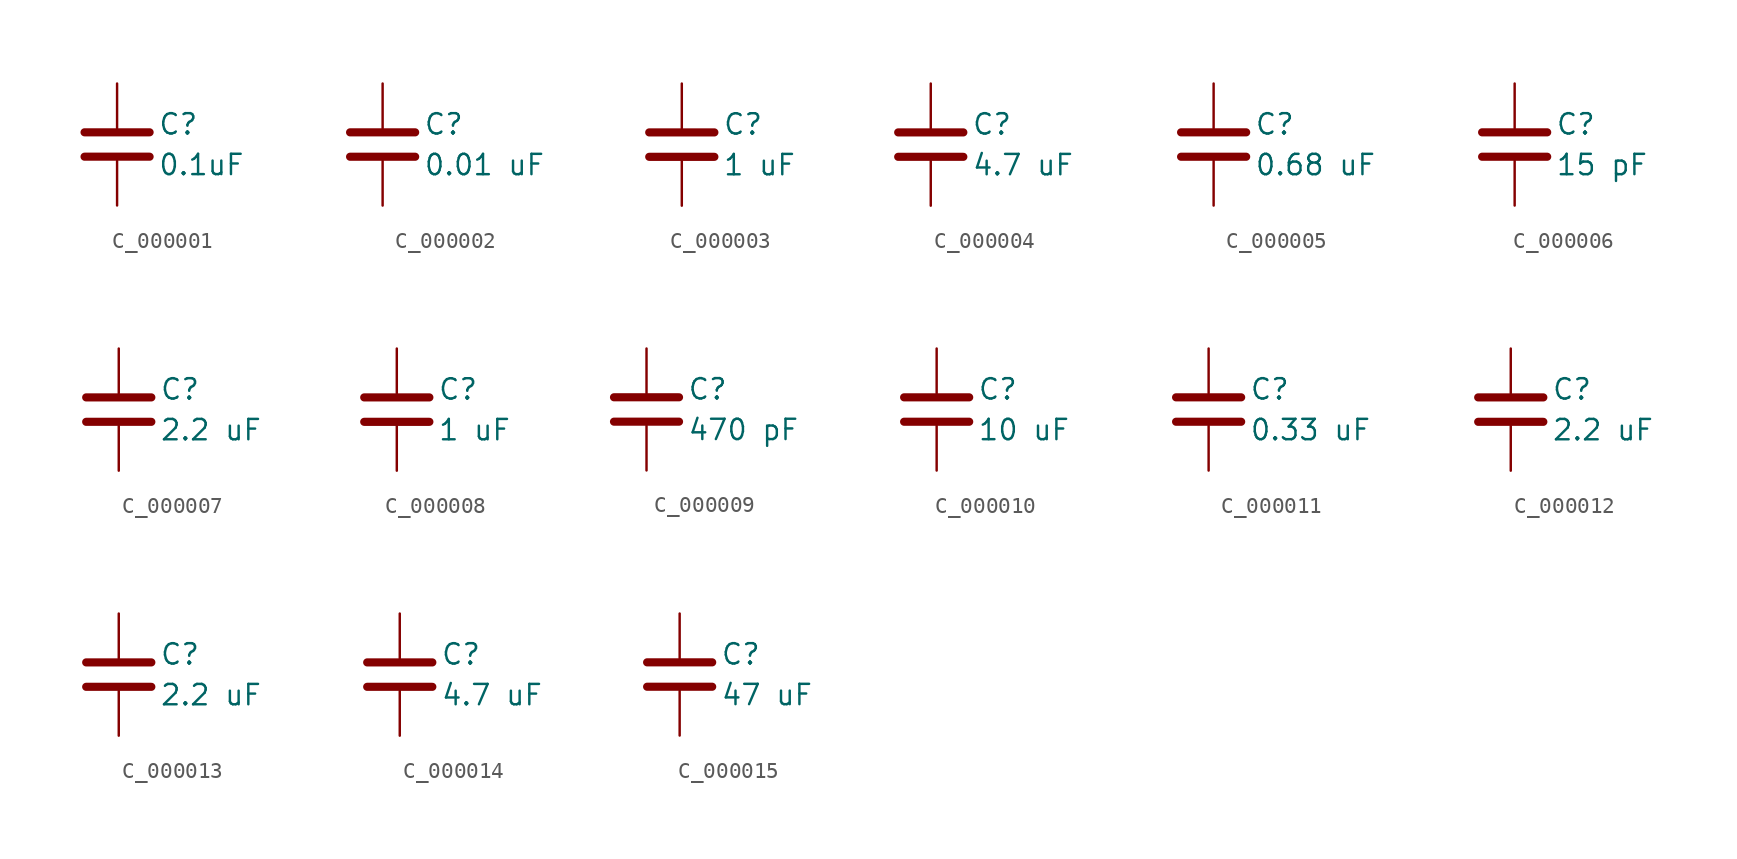
<source format=kicad_sym>
(kicad_symbol_lib
  (version 20231120)
  (generator "kicad_symbol_editor")
  (generator_version "8.0")
  (symbol "C_000001"
    (pin_numbers hide)
    (pin_names
      (offset 0.254))
    (property "Reference" "C"
      (at 2.54 1.27 0)
      (effects (font (size 1.27 1.27)) (justify left)))
    (property "Value" "0.1uF"
      (at 2.54 -1.27 0)
      (effects (font (size 1.27 1.27)) (justify left)))
    (symbol "C_000001_0_1"
      (polyline (pts (xy -2.032 -0.762) (xy 2.032 -0.762)) (stroke (width 0.508) (type default)) (fill (type none)))
      (polyline (pts (xy -2.032 0.762) (xy 2.032 0.762)) (stroke (width 0.508) (type default)) (fill (type none))))
    (symbol "C_000001_1_1"
      (pin passive line (at 0 3.81 270) (length 2.794) (name "~" (effects (font (size 1.27 1.27)))) (number "1" (effects (font (size 1.27 1.27)))))
      (pin passive line (at 0 -3.81 90) (length 2.794) (name "~" (effects (font (size 1.27 1.27)))) (number "2" (effects (font (size 1.27 1.27)))))))
  (symbol "C_000002"
    (pin_numbers hide)
    (pin_names
      (offset 0.254))
    (property "Reference" "C"
      (at 2.54 1.27 0)
      (effects (font (size 1.27 1.27)) (justify left)))
    (property "Value" "0.01 uF"
      (at 2.54 -1.27 0)
      (effects (font (size 1.27 1.27)) (justify left)))
    (symbol "C_000002_0_1"
      (polyline (pts (xy -2.032 -0.762) (xy 2.032 -0.762)) (stroke (width 0.508) (type default)) (fill (type none)))
      (polyline (pts (xy -2.032 0.762) (xy 2.032 0.762)) (stroke (width 0.508) (type default)) (fill (type none))))
    (symbol "C_000002_1_1"
      (pin passive line (at 0 3.81 270) (length 2.794) (name "~" (effects (font (size 1.27 1.27)))) (number "1" (effects (font (size 1.27 1.27)))))
      (pin passive line (at 0 -3.81 90) (length 2.794) (name "~" (effects (font (size 1.27 1.27)))) (number "2" (effects (font (size 1.27 1.27)))))))
  (symbol "C_000003"
    (pin_numbers hide)
    (pin_names
      (offset 0.254))
    (property "Reference" "C"
      (at 2.54 1.27 0)
      (effects (font (size 1.27 1.27)) (justify left)))
    (property "Value" "1 uF"
      (at 2.54 -1.27 0)
      (effects (font (size 1.27 1.27)) (justify left)))
    (symbol "C_000003_0_1"
      (polyline (pts (xy -2.032 -0.762) (xy 2.032 -0.762)) (stroke (width 0.508) (type default)) (fill (type none)))
      (polyline (pts (xy -2.032 0.762) (xy 2.032 0.762)) (stroke (width 0.508) (type default)) (fill (type none))))
    (symbol "C_000003_1_1"
      (pin passive line (at 0 3.81 270) (length 2.794) (name "~" (effects (font (size 1.27 1.27)))) (number "1" (effects (font (size 1.27 1.27)))))
      (pin passive line (at 0 -3.81 90) (length 2.794) (name "~" (effects (font (size 1.27 1.27)))) (number "2" (effects (font (size 1.27 1.27)))))))
  (symbol "C_000004"
    (pin_numbers hide)
    (pin_names
      (offset 0.254))
    (property "Reference" "C"
      (at 2.54 1.27 0)
      (effects (font (size 1.27 1.27)) (justify left)))
    (property "Value" "4.7 uF"
      (at 2.54 -1.27 0)
      (effects (font (size 1.27 1.27)) (justify left)))
    (symbol "C_000004_0_1"
      (polyline (pts (xy -2.032 -0.762) (xy 2.032 -0.762)) (stroke (width 0.508) (type default)) (fill (type none)))
      (polyline (pts (xy -2.032 0.762) (xy 2.032 0.762)) (stroke (width 0.508) (type default)) (fill (type none))))
    (symbol "C_000004_1_1"
      (pin passive line (at 0 3.81 270) (length 2.794) (name "~" (effects (font (size 1.27 1.27)))) (number "1" (effects (font (size 1.27 1.27)))))
      (pin passive line (at 0 -3.81 90) (length 2.794) (name "~" (effects (font (size 1.27 1.27)))) (number "2" (effects (font (size 1.27 1.27)))))))
  (symbol "C_000005"
    (pin_numbers hide)
    (pin_names
      (offset 0.254))
    (property "Reference" "C"
      (at 2.54 1.27 0)
      (effects (font (size 1.27 1.27)) (justify left)))
    (property "Value" "0.68 uF"
      (at 2.54 -1.27 0)
      (effects (font (size 1.27 1.27)) (justify left)))
    (symbol "C_000005_0_1"
      (polyline (pts (xy -2.032 -0.762) (xy 2.032 -0.762)) (stroke (width 0.508) (type default)) (fill (type none)))
      (polyline (pts (xy -2.032 0.762) (xy 2.032 0.762)) (stroke (width 0.508) (type default)) (fill (type none))))
    (symbol "C_000005_1_1"
      (pin passive line (at 0 3.81 270) (length 2.794) (name "~" (effects (font (size 1.27 1.27)))) (number "1" (effects (font (size 1.27 1.27)))))
      (pin passive line (at 0 -3.81 90) (length 2.794) (name "~" (effects (font (size 1.27 1.27)))) (number "2" (effects (font (size 1.27 1.27)))))))
  (symbol "C_000006"
    (pin_numbers hide)
    (pin_names
      (offset 0.254))
    (property "Reference" "C"
      (at 2.54 1.27 0)
      (effects (font (size 1.27 1.27)) (justify left)))
    (property "Value" "15 pF"
      (at 2.54 -1.27 0)
      (effects (font (size 1.27 1.27)) (justify left)))
    (symbol "C_000006_0_1"
      (polyline (pts (xy -2.032 -0.762) (xy 2.032 -0.762)) (stroke (width 0.508) (type default)) (fill (type none)))
      (polyline (pts (xy -2.032 0.762) (xy 2.032 0.762)) (stroke (width 0.508) (type default)) (fill (type none))))
    (symbol "C_000006_1_1"
      (pin passive line (at 0 3.81 270) (length 2.794) (name "~" (effects (font (size 1.27 1.27)))) (number "1" (effects (font (size 1.27 1.27)))))
      (pin passive line (at 0 -3.81 90) (length 2.794) (name "~" (effects (font (size 1.27 1.27)))) (number "2" (effects (font (size 1.27 1.27)))))))
  (symbol "C_000007"
    (pin_numbers hide)
    (pin_names
      (offset 0.254))
    (property "Reference" "C"
      (at 2.54 1.27 0)
      (effects (font (size 1.27 1.27)) (justify left)))
    (property "Value" "2.2 uF"
      (at 2.54 -1.27 0)
      (effects (font (size 1.27 1.27)) (justify left)))
    (symbol "C_000007_0_1"
      (polyline (pts (xy -2.032 -0.762) (xy 2.032 -0.762)) (stroke (width 0.508) (type default)) (fill (type none)))
      (polyline (pts (xy -2.032 0.762) (xy 2.032 0.762)) (stroke (width 0.508) (type default)) (fill (type none))))
    (symbol "C_000007_1_1"
      (pin passive line (at 0 3.81 270) (length 2.794) (name "~" (effects (font (size 1.27 1.27)))) (number "1" (effects (font (size 1.27 1.27)))))
      (pin passive line (at 0 -3.81 90) (length 2.794) (name "~" (effects (font (size 1.27 1.27)))) (number "2" (effects (font (size 1.27 1.27)))))))
  (symbol "C_000008"
    (pin_numbers hide)
    (pin_names
      (offset 0.254))
    (property "Reference" "C"
      (at 2.54 1.27 0)
      (effects (font (size 1.27 1.27)) (justify left)))
    (property "Value" "1 uF"
      (at 2.54 -1.27 0)
      (effects (font (size 1.27 1.27)) (justify left)))
    (symbol "C_000008_0_1"
      (polyline (pts (xy -2.032 -0.762) (xy 2.032 -0.762)) (stroke (width 0.508) (type default)) (fill (type none)))
      (polyline (pts (xy -2.032 0.762) (xy 2.032 0.762)) (stroke (width 0.508) (type default)) (fill (type none))))
    (symbol "C_000008_1_1"
      (pin passive line (at 0 3.81 270) (length 2.794) (name "~" (effects (font (size 1.27 1.27)))) (number "1" (effects (font (size 1.27 1.27)))))
      (pin passive line (at 0 -3.81 90) (length 2.794) (name "~" (effects (font (size 1.27 1.27)))) (number "2" (effects (font (size 1.27 1.27)))))))
  (symbol "C_000009"
    (pin_numbers hide)
    (pin_names
      (offset 0.254))
    (property "Reference" "C"
      (at 2.54 1.27 0)
      (effects (font (size 1.27 1.27)) (justify left)))
    (property "Value" "470 pF"
      (at 2.54 -1.27 0)
      (effects (font (size 1.27 1.27)) (justify left)))
    (symbol "C_000009_0_1"
      (polyline (pts (xy -2.032 -0.762) (xy 2.032 -0.762)) (stroke (width 0.508) (type default)) (fill (type none)))
      (polyline (pts (xy -2.032 0.762) (xy 2.032 0.762)) (stroke (width 0.508) (type default)) (fill (type none))))
    (symbol "C_000009_1_1"
      (pin passive line (at 0 3.81 270) (length 2.794) (name "~" (effects (font (size 1.27 1.27)))) (number "1" (effects (font (size 1.27 1.27)))))
      (pin passive line (at 0 -3.81 90) (length 2.794) (name "~" (effects (font (size 1.27 1.27)))) (number "2" (effects (font (size 1.27 1.27)))))))
  (symbol "C_000010"
    (pin_numbers hide)
    (pin_names
      (offset 0.254))
    (property "Reference" "C"
      (at 2.54 1.27 0)
      (effects (font (size 1.27 1.27)) (justify left)))
    (property "Value" "10 uF"
      (at 2.54 -1.27 0)
      (effects (font (size 1.27 1.27)) (justify left)))
    (symbol "C_000010_0_1"
      (polyline (pts (xy -2.032 -0.762) (xy 2.032 -0.762)) (stroke (width 0.508) (type default)) (fill (type none)))
      (polyline (pts (xy -2.032 0.762) (xy 2.032 0.762)) (stroke (width 0.508) (type default)) (fill (type none))))
    (symbol "C_000010_1_1"
      (pin passive line (at 0 3.81 270) (length 2.794) (name "~" (effects (font (size 1.27 1.27)))) (number "1" (effects (font (size 1.27 1.27)))))
      (pin passive line (at 0 -3.81 90) (length 2.794) (name "~" (effects (font (size 1.27 1.27)))) (number "2" (effects (font (size 1.27 1.27)))))))
  (symbol "C_000011"
    (pin_numbers hide)
    (pin_names
      (offset 0.254))
    (property "Reference" "C"
      (at 2.54 1.27 0)
      (effects (font (size 1.27 1.27)) (justify left)))
    (property "Value" "0.33 uF"
      (at 2.54 -1.27 0)
      (effects (font (size 1.27 1.27)) (justify left)))
    (symbol "C_000011_0_1"
      (polyline (pts (xy -2.032 -0.762) (xy 2.032 -0.762)) (stroke (width 0.508) (type default)) (fill (type none)))
      (polyline (pts (xy -2.032 0.762) (xy 2.032 0.762)) (stroke (width 0.508) (type default)) (fill (type none))))
    (symbol "C_000011_1_1"
      (pin passive line (at 0 3.81 270) (length 2.794) (name "~" (effects (font (size 1.27 1.27)))) (number "1" (effects (font (size 1.27 1.27)))))
      (pin passive line (at 0 -3.81 90) (length 2.794) (name "~" (effects (font (size 1.27 1.27)))) (number "2" (effects (font (size 1.27 1.27)))))))
  (symbol "C_000012"
    (pin_numbers hide)
    (pin_names
      (offset 0.254))
    (property "Reference" "C"
      (at 2.54 1.27 0)
      (effects (font (size 1.27 1.27)) (justify left)))
    (property "Value" "2.2 uF"
      (at 2.54 -1.27 0)
      (effects (font (size 1.27 1.27)) (justify left)))
    (symbol "C_000012_0_1"
      (polyline (pts (xy -2.032 -0.762) (xy 2.032 -0.762)) (stroke (width 0.508) (type default)) (fill (type none)))
      (polyline (pts (xy -2.032 0.762) (xy 2.032 0.762)) (stroke (width 0.508) (type default)) (fill (type none))))
    (symbol "C_000012_1_1"
      (pin passive line (at 0 3.81 270) (length 2.794) (name "~" (effects (font (size 1.27 1.27)))) (number "1" (effects (font (size 1.27 1.27)))))
      (pin passive line (at 0 -3.81 90) (length 2.794) (name "~" (effects (font (size 1.27 1.27)))) (number "2" (effects (font (size 1.27 1.27)))))))
  (symbol "C_000013"
    (pin_numbers hide)
    (pin_names
      (offset 0.254))
    (property "Reference" "C"
      (at 2.54 1.27 0)
      (effects (font (size 1.27 1.27)) (justify left)))
    (property "Value" "2.2 uF"
      (at 2.54 -1.27 0)
      (effects (font (size 1.27 1.27)) (justify left)))
    (symbol "C_000013_0_1"
      (polyline (pts (xy -2.032 -0.762) (xy 2.032 -0.762)) (stroke (width 0.508) (type default)) (fill (type none)))
      (polyline (pts (xy -2.032 0.762) (xy 2.032 0.762)) (stroke (width 0.508) (type default)) (fill (type none))))
    (symbol "C_000013_1_1"
      (pin passive line (at 0 3.81 270) (length 2.794) (name "~" (effects (font (size 1.27 1.27)))) (number "1" (effects (font (size 1.27 1.27)))))
      (pin passive line (at 0 -3.81 90) (length 2.794) (name "~" (effects (font (size 1.27 1.27)))) (number "2" (effects (font (size 1.27 1.27)))))))
  (symbol "C_000014"
    (pin_numbers hide)
    (pin_names
      (offset 0.254))
    (property "Reference" "C"
      (at 2.54 1.27 0)
      (effects (font (size 1.27 1.27)) (justify left)))
    (property "Value" "4.7 uF"
      (at 2.54 -1.27 0)
      (effects (font (size 1.27 1.27)) (justify left)))
    (symbol "C_000014_0_1"
      (polyline (pts (xy -2.032 -0.762) (xy 2.032 -0.762)) (stroke (width 0.508) (type default)) (fill (type none)))
      (polyline (pts (xy -2.032 0.762) (xy 2.032 0.762)) (stroke (width 0.508) (type default)) (fill (type none))))
    (symbol "C_000014_1_1"
      (pin passive line (at 0 3.81 270) (length 2.794) (name "~" (effects (font (size 1.27 1.27)))) (number "1" (effects (font (size 1.27 1.27)))))
      (pin passive line (at 0 -3.81 90) (length 2.794) (name "~" (effects (font (size 1.27 1.27)))) (number "2" (effects (font (size 1.27 1.27)))))))
  (symbol "C_000015"
    (pin_numbers hide)
    (pin_names
      (offset 0.254))
    (property "Reference" "C"
      (at 2.54 1.27 0)
      (effects (font (size 1.27 1.27)) (justify left)))
    (property "Value" "47 uF "
      (at 2.54 -1.27 0)
      (effects (font (size 1.27 1.27)) (justify left)))
    (symbol "C_000015_0_1"
      (polyline (pts (xy -2.032 -0.762) (xy 2.032 -0.762)) (stroke (width 0.508) (type default)) (fill (type none)))
      (polyline (pts (xy -2.032 0.762) (xy 2.032 0.762)) (stroke (width 0.508) (type default)) (fill (type none))))
    (symbol "C_000015_1_1"
      (pin passive line (at 0 3.81 270) (length 2.794) (name "~" (effects (font (size 1.27 1.27)))) (number "1" (effects (font (size 1.27 1.27)))))
      (pin passive line (at 0 -3.81 90) (length 2.794) (name "~" (effects (font (size 1.27 1.27)))) (number "2" (effects (font (size 1.27 1.27))))))))
</source>
